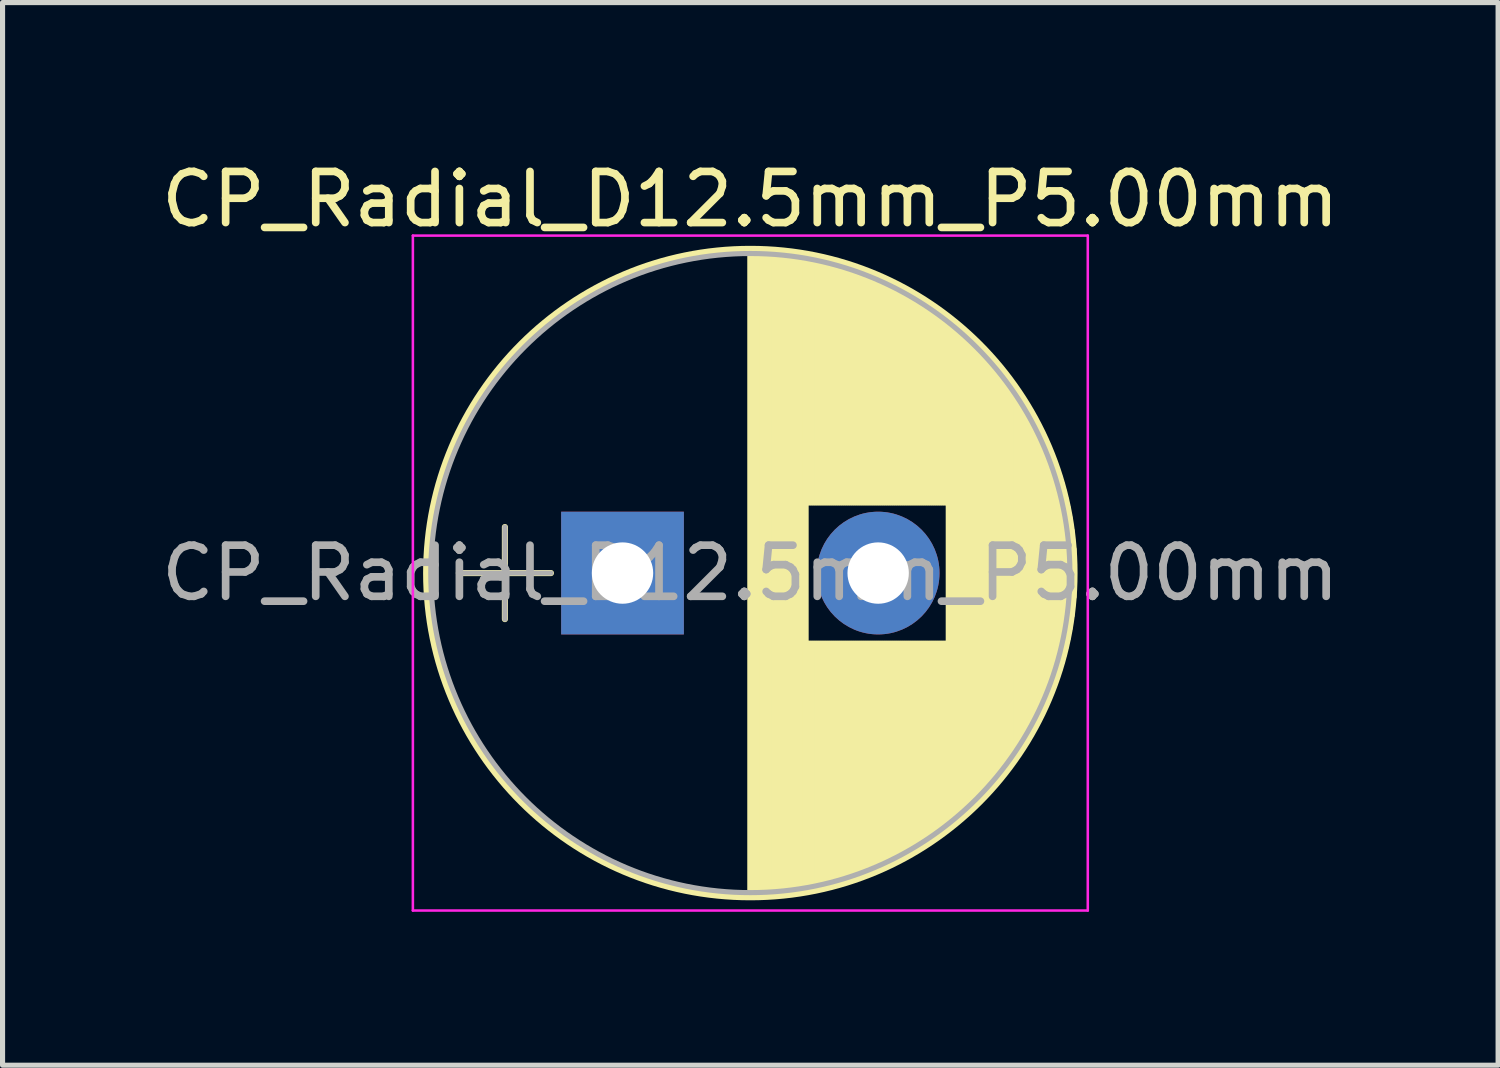
<source format=kicad_pcb>
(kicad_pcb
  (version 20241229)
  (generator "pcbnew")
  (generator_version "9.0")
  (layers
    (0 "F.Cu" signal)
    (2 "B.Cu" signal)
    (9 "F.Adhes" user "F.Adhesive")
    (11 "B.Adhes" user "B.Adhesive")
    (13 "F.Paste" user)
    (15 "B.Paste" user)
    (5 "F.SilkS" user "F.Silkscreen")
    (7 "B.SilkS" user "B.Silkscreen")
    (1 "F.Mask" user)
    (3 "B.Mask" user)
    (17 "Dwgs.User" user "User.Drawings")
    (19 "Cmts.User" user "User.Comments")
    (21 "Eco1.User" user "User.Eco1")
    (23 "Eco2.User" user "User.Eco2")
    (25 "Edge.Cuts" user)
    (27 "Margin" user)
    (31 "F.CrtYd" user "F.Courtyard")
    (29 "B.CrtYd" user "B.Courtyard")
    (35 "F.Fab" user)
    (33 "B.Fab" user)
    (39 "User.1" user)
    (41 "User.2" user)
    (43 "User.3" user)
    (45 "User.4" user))
  (footprint "CP_Radial_D12.5mm_P5.00mm"
    (layer "F.Cu")
    (at 11.625 8.158)
    (property "Reference" "CP_Radial_D12.5mm_P5.00mm" (at 0 -7.31 0) (layer "F.SilkS") (effects (font (size 1 1) (thickness 0.15))))
    (attr through_hole)
    (fp_line (start -5.7 0) (end -3.9 0) (stroke (width 0.12) (type solid)) (layer "F.SilkS"))
    (fp_line (start -4.8 -0.9) (end -4.8 0.9) (stroke (width 0.12) (type solid)) (layer "F.SilkS"))
    (fp_line (start 0 -6.3) (end 0 6.3) (stroke (width 0.12) (type solid)) (layer "F.SilkS"))
    (fp_line (start 0.04 -6.3) (end 0.04 6.3) (stroke (width 0.12) (type solid)) (layer "F.SilkS"))
    (fp_line (start 0.08 -6.3) (end 0.08 6.3) (stroke (width 0.12) (type solid)) (layer "F.SilkS"))
    (fp_line (start 0.12 -6.299) (end 0.12 6.299) (stroke (width 0.12) (type solid)) (layer "F.SilkS"))
    (fp_line (start 0.16 -6.298) (end 0.16 6.298) (stroke (width 0.12) (type solid)) (layer "F.SilkS"))
    (fp_line (start 0.2 -6.297) (end 0.2 6.297) (stroke (width 0.12) (type solid)) (layer "F.SilkS"))
    (fp_line (start 0.24 -6.296) (end 0.24 6.296) (stroke (width 0.12) (type solid)) (layer "F.SilkS"))
    (fp_line (start 0.28 -6.294) (end 0.28 6.294) (stroke (width 0.12) (type solid)) (layer "F.SilkS"))
    (fp_line (start 0.32 -6.292) (end 0.32 6.292) (stroke (width 0.12) (type solid)) (layer "F.SilkS"))
    (fp_line (start 0.36 -6.29) (end 0.36 6.29) (stroke (width 0.12) (type solid)) (layer "F.SilkS"))
    (fp_line (start 0.4 -6.288) (end 0.4 6.288) (stroke (width 0.12) (type solid)) (layer "F.SilkS"))
    (fp_line (start 0.44 -6.285) (end 0.44 6.285) (stroke (width 0.12) (type solid)) (layer "F.SilkS"))
    (fp_line (start 0.48 -6.282) (end 0.48 6.282) (stroke (width 0.12) (type solid)) (layer "F.SilkS"))
    (fp_line (start 0.52 -6.279) (end 0.52 6.279) (stroke (width 0.12) (type solid)) (layer "F.SilkS"))
    (fp_line (start 0.56 -6.276) (end 0.56 6.276) (stroke (width 0.12) (type solid)) (layer "F.SilkS"))
    (fp_line (start 0.6 -6.272) (end 0.6 6.272) (stroke (width 0.12) (type solid)) (layer "F.SilkS"))
    (fp_line (start 0.64 -6.268) (end 0.64 6.268) (stroke (width 0.12) (type solid)) (layer "F.SilkS"))
    (fp_line (start 0.68 -6.264) (end 0.68 6.264) (stroke (width 0.12) (type solid)) (layer "F.SilkS"))
    (fp_line (start 0.721 -6.259) (end 0.721 6.259) (stroke (width 0.12) (type solid)) (layer "F.SilkS"))
    (fp_line (start 0.761 -6.255) (end 0.761 6.255) (stroke (width 0.12) (type solid)) (layer "F.SilkS"))
    (fp_line (start 0.801 -6.25) (end 0.801 6.25) (stroke (width 0.12) (type solid)) (layer "F.SilkS"))
    (fp_line (start 0.841 -6.245) (end 0.841 6.245) (stroke (width 0.12) (type solid)) (layer "F.SilkS"))
    (fp_line (start 0.881 -6.239) (end 0.881 6.239) (stroke (width 0.12) (type solid)) (layer "F.SilkS"))
    (fp_line (start 0.921 -6.233) (end 0.921 6.233) (stroke (width 0.12) (type solid)) (layer "F.SilkS"))
    (fp_line (start 0.961 -6.227) (end 0.961 6.227) (stroke (width 0.12) (type solid)) (layer "F.SilkS"))
    (fp_line (start 1.001 -6.221) (end 1.001 6.221) (stroke (width 0.12) (type solid)) (layer "F.SilkS"))
    (fp_line (start 1.041 -6.215) (end 1.041 6.215) (stroke (width 0.12) (type solid)) (layer "F.SilkS"))
    (fp_line (start 1.081 -6.208) (end 1.081 6.208) (stroke (width 0.12) (type solid)) (layer "F.SilkS"))
    (fp_line (start 1.121 -6.201) (end 1.121 -1.38) (stroke (width 0.12) (type solid)) (layer "F.SilkS"))
    (fp_line (start 1.121 1.38) (end 1.121 6.201) (stroke (width 0.12) (type solid)) (layer "F.SilkS"))
    (fp_line (start 1.161 -6.193) (end 1.161 -1.38) (stroke (width 0.12) (type solid)) (layer "F.SilkS"))
    (fp_line (start 1.161 1.38) (end 1.161 6.193) (stroke (width 0.12) (type solid)) (layer "F.SilkS"))
    (fp_line (start 1.201 -6.186) (end 1.201 -1.38) (stroke (width 0.12) (type solid)) (layer "F.SilkS"))
    (fp_line (start 1.201 1.38) (end 1.201 6.186) (stroke (width 0.12) (type solid)) (layer "F.SilkS"))
    (fp_line (start 1.241 -6.178) (end 1.241 -1.38) (stroke (width 0.12) (type solid)) (layer "F.SilkS"))
    (fp_line (start 1.241 1.38) (end 1.241 6.178) (stroke (width 0.12) (type solid)) (layer "F.SilkS"))
    (fp_line (start 1.281 -6.17) (end 1.281 -1.38) (stroke (width 0.12) (type solid)) (layer "F.SilkS"))
    (fp_line (start 1.281 1.38) (end 1.281 6.17) (stroke (width 0.12) (type solid)) (layer "F.SilkS"))
    (fp_line (start 1.321 -6.162) (end 1.321 -1.38) (stroke (width 0.12) (type solid)) (layer "F.SilkS"))
    (fp_line (start 1.321 1.38) (end 1.321 6.162) (stroke (width 0.12) (type solid)) (layer "F.SilkS"))
    (fp_line (start 1.361 -6.153) (end 1.361 -1.38) (stroke (width 0.12) (type solid)) (layer "F.SilkS"))
    (fp_line (start 1.361 1.38) (end 1.361 6.153) (stroke (width 0.12) (type solid)) (layer "F.SilkS"))
    (fp_line (start 1.401 -6.144) (end 1.401 -1.38) (stroke (width 0.12) (type solid)) (layer "F.SilkS"))
    (fp_line (start 1.401 1.38) (end 1.401 6.144) (stroke (width 0.12) (type solid)) (layer "F.SilkS"))
    (fp_line (start 1.441 -6.135) (end 1.441 -1.38) (stroke (width 0.12) (type solid)) (layer "F.SilkS"))
    (fp_line (start 1.441 1.38) (end 1.441 6.135) (stroke (width 0.12) (type solid)) (layer "F.SilkS"))
    (fp_line (start 1.481 -6.125) (end 1.481 -1.38) (stroke (width 0.12) (type solid)) (layer "F.SilkS"))
    (fp_line (start 1.481 1.38) (end 1.481 6.125) (stroke (width 0.12) (type solid)) (layer "F.SilkS"))
    (fp_line (start 1.521 -6.116) (end 1.521 -1.38) (stroke (width 0.12) (type solid)) (layer "F.SilkS"))
    (fp_line (start 1.521 1.38) (end 1.521 6.116) (stroke (width 0.12) (type solid)) (layer "F.SilkS"))
    (fp_line (start 1.561 -6.106) (end 1.561 -1.38) (stroke (width 0.12) (type solid)) (layer "F.SilkS"))
    (fp_line (start 1.561 1.38) (end 1.561 6.106) (stroke (width 0.12) (type solid)) (layer "F.SilkS"))
    (fp_line (start 1.601 -6.095) (end 1.601 -1.38) (stroke (width 0.12) (type solid)) (layer "F.SilkS"))
    (fp_line (start 1.601 1.38) (end 1.601 6.095) (stroke (width 0.12) (type solid)) (layer "F.SilkS"))
    (fp_line (start 1.641 -6.085) (end 1.641 -1.38) (stroke (width 0.12) (type solid)) (layer "F.SilkS"))
    (fp_line (start 1.641 1.38) (end 1.641 6.085) (stroke (width 0.12) (type solid)) (layer "F.SilkS"))
    (fp_line (start 1.681 -6.074) (end 1.681 -1.38) (stroke (width 0.12) (type solid)) (layer "F.SilkS"))
    (fp_line (start 1.681 1.38) (end 1.681 6.074) (stroke (width 0.12) (type solid)) (layer "F.SilkS"))
    (fp_line (start 1.721 -6.063) (end 1.721 -1.38) (stroke (width 0.12) (type solid)) (layer "F.SilkS"))
    (fp_line (start 1.721 1.38) (end 1.721 6.063) (stroke (width 0.12) (type solid)) (layer "F.SilkS"))
    (fp_line (start 1.761 -6.051) (end 1.761 -1.38) (stroke (width 0.12) (type solid)) (layer "F.SilkS"))
    (fp_line (start 1.761 1.38) (end 1.761 6.051) (stroke (width 0.12) (type solid)) (layer "F.SilkS"))
    (fp_line (start 1.801 -6.04) (end 1.801 -1.38) (stroke (width 0.12) (type solid)) (layer "F.SilkS"))
    (fp_line (start 1.801 1.38) (end 1.801 6.04) (stroke (width 0.12) (type solid)) (layer "F.SilkS"))
    (fp_line (start 1.841 -6.028) (end 1.841 -1.38) (stroke (width 0.12) (type solid)) (layer "F.SilkS"))
    (fp_line (start 1.841 1.38) (end 1.841 6.028) (stroke (width 0.12) (type solid)) (layer "F.SilkS"))
    (fp_line (start 1.881 -6.015) (end 1.881 -1.38) (stroke (width 0.12) (type solid)) (layer "F.SilkS"))
    (fp_line (start 1.881 1.38) (end 1.881 6.015) (stroke (width 0.12) (type solid)) (layer "F.SilkS"))
    (fp_line (start 1.921 -6.003) (end 1.921 -1.38) (stroke (width 0.12) (type solid)) (layer "F.SilkS"))
    (fp_line (start 1.921 1.38) (end 1.921 6.003) (stroke (width 0.12) (type solid)) (layer "F.SilkS"))
    (fp_line (start 1.961 -5.99) (end 1.961 -1.38) (stroke (width 0.12) (type solid)) (layer "F.SilkS"))
    (fp_line (start 1.961 1.38) (end 1.961 5.99) (stroke (width 0.12) (type solid)) (layer "F.SilkS"))
    (fp_line (start 2.001 -5.977) (end 2.001 -1.38) (stroke (width 0.12) (type solid)) (layer "F.SilkS"))
    (fp_line (start 2.001 1.38) (end 2.001 5.977) (stroke (width 0.12) (type solid)) (layer "F.SilkS"))
    (fp_line (start 2.041 -5.963) (end 2.041 -1.38) (stroke (width 0.12) (type solid)) (layer "F.SilkS"))
    (fp_line (start 2.041 1.38) (end 2.041 5.963) (stroke (width 0.12) (type solid)) (layer "F.SilkS"))
    (fp_line (start 2.081 -5.95) (end 2.081 -1.38) (stroke (width 0.12) (type solid)) (layer "F.SilkS"))
    (fp_line (start 2.081 1.38) (end 2.081 5.95) (stroke (width 0.12) (type solid)) (layer "F.SilkS"))
    (fp_line (start 2.121 -5.936) (end 2.121 -1.38) (stroke (width 0.12) (type solid)) (layer "F.SilkS"))
    (fp_line (start 2.121 1.38) (end 2.121 5.936) (stroke (width 0.12) (type solid)) (layer "F.SilkS"))
    (fp_line (start 2.161 -5.921) (end 2.161 -1.38) (stroke (width 0.12) (type solid)) (layer "F.SilkS"))
    (fp_line (start 2.161 1.38) (end 2.161 5.921) (stroke (width 0.12) (type solid)) (layer "F.SilkS"))
    (fp_line (start 2.201 -5.907) (end 2.201 -1.38) (stroke (width 0.12) (type solid)) (layer "F.SilkS"))
    (fp_line (start 2.201 1.38) (end 2.201 5.907) (stroke (width 0.12) (type solid)) (layer "F.SilkS"))
    (fp_line (start 2.241 -5.892) (end 2.241 -1.38) (stroke (width 0.12) (type solid)) (layer "F.SilkS"))
    (fp_line (start 2.241 1.38) (end 2.241 5.892) (stroke (width 0.12) (type solid)) (layer "F.SilkS"))
    (fp_line (start 2.281 -5.876) (end 2.281 -1.38) (stroke (width 0.12) (type solid)) (layer "F.SilkS"))
    (fp_line (start 2.281 1.38) (end 2.281 5.876) (stroke (width 0.12) (type solid)) (layer "F.SilkS"))
    (fp_line (start 2.321 -5.861) (end 2.321 -1.38) (stroke (width 0.12) (type solid)) (layer "F.SilkS"))
    (fp_line (start 2.321 1.38) (end 2.321 5.861) (stroke (width 0.12) (type solid)) (layer "F.SilkS"))
    (fp_line (start 2.361 -5.845) (end 2.361 -1.38) (stroke (width 0.12) (type solid)) (layer "F.SilkS"))
    (fp_line (start 2.361 1.38) (end 2.361 5.845) (stroke (width 0.12) (type solid)) (layer "F.SilkS"))
    (fp_line (start 2.401 -5.829) (end 2.401 -1.38) (stroke (width 0.12) (type solid)) (layer "F.SilkS"))
    (fp_line (start 2.401 1.38) (end 2.401 5.829) (stroke (width 0.12) (type solid)) (layer "F.SilkS"))
    (fp_line (start 2.441 -5.812) (end 2.441 -1.38) (stroke (width 0.12) (type solid)) (layer "F.SilkS"))
    (fp_line (start 2.441 1.38) (end 2.441 5.812) (stroke (width 0.12) (type solid)) (layer "F.SilkS"))
    (fp_line (start 2.481 -5.795) (end 2.481 -1.38) (stroke (width 0.12) (type solid)) (layer "F.SilkS"))
    (fp_line (start 2.481 1.38) (end 2.481 5.795) (stroke (width 0.12) (type solid)) (layer "F.SilkS"))
    (fp_line (start 2.521 -5.778) (end 2.521 -1.38) (stroke (width 0.12) (type solid)) (layer "F.SilkS"))
    (fp_line (start 2.521 1.38) (end 2.521 5.778) (stroke (width 0.12) (type solid)) (layer "F.SilkS"))
    (fp_line (start 2.561 -5.761) (end 2.561 -1.38) (stroke (width 0.12) (type solid)) (layer "F.SilkS"))
    (fp_line (start 2.561 1.38) (end 2.561 5.761) (stroke (width 0.12) (type solid)) (layer "F.SilkS"))
    (fp_line (start 2.601 -5.743) (end 2.601 -1.38) (stroke (width 0.12) (type solid)) (layer "F.SilkS"))
    (fp_line (start 2.601 1.38) (end 2.601 5.743) (stroke (width 0.12) (type solid)) (layer "F.SilkS"))
    (fp_line (start 2.641 -5.725) (end 2.641 -1.38) (stroke (width 0.12) (type solid)) (layer "F.SilkS"))
    (fp_line (start 2.641 1.38) (end 2.641 5.725) (stroke (width 0.12) (type solid)) (layer "F.SilkS"))
    (fp_line (start 2.681 -5.706) (end 2.681 -1.38) (stroke (width 0.12) (type solid)) (layer "F.SilkS"))
    (fp_line (start 2.681 1.38) (end 2.681 5.706) (stroke (width 0.12) (type solid)) (layer "F.SilkS"))
    (fp_line (start 2.721 -5.687) (end 2.721 -1.38) (stroke (width 0.12) (type solid)) (layer "F.SilkS"))
    (fp_line (start 2.721 1.38) (end 2.721 5.687) (stroke (width 0.12) (type solid)) (layer "F.SilkS"))
    (fp_line (start 2.761 -5.668) (end 2.761 -1.38) (stroke (width 0.12) (type solid)) (layer "F.SilkS"))
    (fp_line (start 2.761 1.38) (end 2.761 5.668) (stroke (width 0.12) (type solid)) (layer "F.SilkS"))
    (fp_line (start 2.801 -5.649) (end 2.801 -1.38) (stroke (width 0.12) (type solid)) (layer "F.SilkS"))
    (fp_line (start 2.801 1.38) (end 2.801 5.649) (stroke (width 0.12) (type solid)) (layer "F.SilkS"))
    (fp_line (start 2.841 -5.629) (end 2.841 -1.38) (stroke (width 0.12) (type solid)) (layer "F.SilkS"))
    (fp_line (start 2.841 1.38) (end 2.841 5.629) (stroke (width 0.12) (type solid)) (layer "F.SilkS"))
    (fp_line (start 2.881 -5.609) (end 2.881 -1.38) (stroke (width 0.12) (type solid)) (layer "F.SilkS"))
    (fp_line (start 2.881 1.38) (end 2.881 5.609) (stroke (width 0.12) (type solid)) (layer "F.SilkS"))
    (fp_line (start 2.921 -5.588) (end 2.921 -1.38) (stroke (width 0.12) (type solid)) (layer "F.SilkS"))
    (fp_line (start 2.921 1.38) (end 2.921 5.588) (stroke (width 0.12) (type solid)) (layer "F.SilkS"))
    (fp_line (start 2.961 -5.567) (end 2.961 -1.38) (stroke (width 0.12) (type solid)) (layer "F.SilkS"))
    (fp_line (start 2.961 1.38) (end 2.961 5.567) (stroke (width 0.12) (type solid)) (layer "F.SilkS"))
    (fp_line (start 3.001 -5.546) (end 3.001 -1.38) (stroke (width 0.12) (type solid)) (layer "F.SilkS"))
    (fp_line (start 3.001 1.38) (end 3.001 5.546) (stroke (width 0.12) (type solid)) (layer "F.SilkS"))
    (fp_line (start 3.041 -5.524) (end 3.041 -1.38) (stroke (width 0.12) (type solid)) (layer "F.SilkS"))
    (fp_line (start 3.041 1.38) (end 3.041 5.524) (stroke (width 0.12) (type solid)) (layer "F.SilkS"))
    (fp_line (start 3.081 -5.502) (end 3.081 -1.38) (stroke (width 0.12) (type solid)) (layer "F.SilkS"))
    (fp_line (start 3.081 1.38) (end 3.081 5.502) (stroke (width 0.12) (type solid)) (layer "F.SilkS"))
    (fp_line (start 3.121 -5.48) (end 3.121 -1.38) (stroke (width 0.12) (type solid)) (layer "F.SilkS"))
    (fp_line (start 3.121 1.38) (end 3.121 5.48) (stroke (width 0.12) (type solid)) (layer "F.SilkS"))
    (fp_line (start 3.161 -5.457) (end 3.161 -1.38) (stroke (width 0.12) (type solid)) (layer "F.SilkS"))
    (fp_line (start 3.161 1.38) (end 3.161 5.457) (stroke (width 0.12) (type solid)) (layer "F.SilkS"))
    (fp_line (start 3.201 -5.434) (end 3.201 -1.38) (stroke (width 0.12) (type solid)) (layer "F.SilkS"))
    (fp_line (start 3.201 1.38) (end 3.201 5.434) (stroke (width 0.12) (type solid)) (layer "F.SilkS"))
    (fp_line (start 3.241 -5.41) (end 3.241 -1.38) (stroke (width 0.12) (type solid)) (layer "F.SilkS"))
    (fp_line (start 3.241 1.38) (end 3.241 5.41) (stroke (width 0.12) (type solid)) (layer "F.SilkS"))
    (fp_line (start 3.281 -5.386) (end 3.281 -1.38) (stroke (width 0.12) (type solid)) (layer "F.SilkS"))
    (fp_line (start 3.281 1.38) (end 3.281 5.386) (stroke (width 0.12) (type solid)) (layer "F.SilkS"))
    (fp_line (start 3.321 -5.362) (end 3.321 -1.38) (stroke (width 0.12) (type solid)) (layer "F.SilkS"))
    (fp_line (start 3.321 1.38) (end 3.321 5.362) (stroke (width 0.12) (type solid)) (layer "F.SilkS"))
    (fp_line (start 3.361 -5.337) (end 3.361 -1.38) (stroke (width 0.12) (type solid)) (layer "F.SilkS"))
    (fp_line (start 3.361 1.38) (end 3.361 5.337) (stroke (width 0.12) (type solid)) (layer "F.SilkS"))
    (fp_line (start 3.401 -5.312) (end 3.401 -1.38) (stroke (width 0.12) (type solid)) (layer "F.SilkS"))
    (fp_line (start 3.401 1.38) (end 3.401 5.312) (stroke (width 0.12) (type solid)) (layer "F.SilkS"))
    (fp_line (start 3.441 -5.286) (end 3.441 -1.38) (stroke (width 0.12) (type solid)) (layer "F.SilkS"))
    (fp_line (start 3.441 1.38) (end 3.441 5.286) (stroke (width 0.12) (type solid)) (layer "F.SilkS"))
    (fp_line (start 3.481 -5.26) (end 3.481 -1.38) (stroke (width 0.12) (type solid)) (layer "F.SilkS"))
    (fp_line (start 3.481 1.38) (end 3.481 5.26) (stroke (width 0.12) (type solid)) (layer "F.SilkS"))
    (fp_line (start 3.521 -5.234) (end 3.521 -1.38) (stroke (width 0.12) (type solid)) (layer "F.SilkS"))
    (fp_line (start 3.521 1.38) (end 3.521 5.234) (stroke (width 0.12) (type solid)) (layer "F.SilkS"))
    (fp_line (start 3.561 -5.207) (end 3.561 -1.38) (stroke (width 0.12) (type solid)) (layer "F.SilkS"))
    (fp_line (start 3.561 1.38) (end 3.561 5.207) (stroke (width 0.12) (type solid)) (layer "F.SilkS"))
    (fp_line (start 3.601 -5.179) (end 3.601 -1.38) (stroke (width 0.12) (type solid)) (layer "F.SilkS"))
    (fp_line (start 3.601 1.38) (end 3.601 5.179) (stroke (width 0.12) (type solid)) (layer "F.SilkS"))
    (fp_line (start 3.641 -5.151) (end 3.641 -1.38) (stroke (width 0.12) (type solid)) (layer "F.SilkS"))
    (fp_line (start 3.641 1.38) (end 3.641 5.151) (stroke (width 0.12) (type solid)) (layer "F.SilkS"))
    (fp_line (start 3.681 -5.123) (end 3.681 -1.38) (stroke (width 0.12) (type solid)) (layer "F.SilkS"))
    (fp_line (start 3.681 1.38) (end 3.681 5.123) (stroke (width 0.12) (type solid)) (layer "F.SilkS"))
    (fp_line (start 3.721 -5.094) (end 3.721 -1.38) (stroke (width 0.12) (type solid)) (layer "F.SilkS"))
    (fp_line (start 3.721 1.38) (end 3.721 5.094) (stroke (width 0.12) (type solid)) (layer "F.SilkS"))
    (fp_line (start 3.761 -5.065) (end 3.761 -1.38) (stroke (width 0.12) (type solid)) (layer "F.SilkS"))
    (fp_line (start 3.761 1.38) (end 3.761 5.065) (stroke (width 0.12) (type solid)) (layer "F.SilkS"))
    (fp_line (start 3.801 -5.035) (end 3.801 -1.38) (stroke (width 0.12) (type solid)) (layer "F.SilkS"))
    (fp_line (start 3.801 1.38) (end 3.801 5.035) (stroke (width 0.12) (type solid)) (layer "F.SilkS"))
    (fp_line (start 3.841 -5.005) (end 3.841 -1.38) (stroke (width 0.12) (type solid)) (layer "F.SilkS"))
    (fp_line (start 3.841 1.38) (end 3.841 5.005) (stroke (width 0.12) (type solid)) (layer "F.SilkS"))
    (fp_line (start 3.881 -4.975) (end 3.881 4.975) (stroke (width 0.12) (type solid)) (layer "F.SilkS"))
    (fp_line (start 3.921 -4.943) (end 3.921 4.943) (stroke (width 0.12) (type solid)) (layer "F.SilkS"))
    (fp_line (start 3.961 -4.912) (end 3.961 4.912) (stroke (width 0.12) (type solid)) (layer "F.SilkS"))
    (fp_line (start 4.001 -4.879) (end 4.001 4.879) (stroke (width 0.12) (type solid)) (layer "F.SilkS"))
    (fp_line (start 4.041 -4.847) (end 4.041 4.847) (stroke (width 0.12) (type solid)) (layer "F.SilkS"))
    (fp_line (start 4.081 -4.813) (end 4.081 4.813) (stroke (width 0.12) (type solid)) (layer "F.SilkS"))
    (fp_line (start 4.121 -4.779) (end 4.121 4.779) (stroke (width 0.12) (type solid)) (layer "F.SilkS"))
    (fp_line (start 4.161 -4.745) (end 4.161 4.745) (stroke (width 0.12) (type solid)) (layer "F.SilkS"))
    (fp_line (start 4.201 -4.71) (end 4.201 4.71) (stroke (width 0.12) (type solid)) (layer "F.SilkS"))
    (fp_line (start 4.241 -4.674) (end 4.241 4.674) (stroke (width 0.12) (type solid)) (layer "F.SilkS"))
    (fp_line (start 4.281 -4.638) (end 4.281 4.638) (stroke (width 0.12) (type solid)) (layer "F.SilkS"))
    (fp_line (start 4.321 -4.601) (end 4.321 4.601) (stroke (width 0.12) (type solid)) (layer "F.SilkS"))
    (fp_line (start 4.361 -4.563) (end 4.361 4.563) (stroke (width 0.12) (type solid)) (layer "F.SilkS"))
    (fp_line (start 4.401 -4.525) (end 4.401 4.525) (stroke (width 0.12) (type solid)) (layer "F.SilkS"))
    (fp_line (start 4.441 -4.486) (end 4.441 4.486) (stroke (width 0.12) (type solid)) (layer "F.SilkS"))
    (fp_line (start 4.481 -4.447) (end 4.481 4.447) (stroke (width 0.12) (type solid)) (layer "F.SilkS"))
    (fp_line (start 4.521 -4.406) (end 4.521 4.406) (stroke (width 0.12) (type solid)) (layer "F.SilkS"))
    (fp_line (start 4.561 -4.365) (end 4.561 4.365) (stroke (width 0.12) (type solid)) (layer "F.SilkS"))
    (fp_line (start 4.601 -4.323) (end 4.601 4.323) (stroke (width 0.12) (type solid)) (layer "F.SilkS"))
    (fp_line (start 4.641 -4.281) (end 4.641 4.281) (stroke (width 0.12) (type solid)) (layer "F.SilkS"))
    (fp_line (start 4.681 -4.238) (end 4.681 4.238) (stroke (width 0.12) (type solid)) (layer "F.SilkS"))
    (fp_line (start 4.721 -4.193) (end 4.721 4.193) (stroke (width 0.12) (type solid)) (layer "F.SilkS"))
    (fp_line (start 4.761 -4.148) (end 4.761 4.148) (stroke (width 0.12) (type solid)) (layer "F.SilkS"))
    (fp_line (start 4.801 -4.102) (end 4.801 4.102) (stroke (width 0.12) (type solid)) (layer "F.SilkS"))
    (fp_line (start 4.841 -4.056) (end 4.841 4.056) (stroke (width 0.12) (type solid)) (layer "F.SilkS"))
    (fp_line (start 4.881 -4.008) (end 4.881 4.008) (stroke (width 0.12) (type solid)) (layer "F.SilkS"))
    (fp_line (start 4.921 -3.959) (end 4.921 3.959) (stroke (width 0.12) (type solid)) (layer "F.SilkS"))
    (fp_line (start 4.961 -3.909) (end 4.961 3.909) (stroke (width 0.12) (type solid)) (layer "F.SilkS"))
    (fp_line (start 5.001 -3.859) (end 5.001 3.859) (stroke (width 0.12) (type solid)) (layer "F.SilkS"))
    (fp_line (start 5.041 -3.807) (end 5.041 3.807) (stroke (width 0.12) (type solid)) (layer "F.SilkS"))
    (fp_line (start 5.081 -3.754) (end 5.081 3.754) (stroke (width 0.12) (type solid)) (layer "F.SilkS"))
    (fp_line (start 5.121 -3.7) (end 5.121 3.7) (stroke (width 0.12) (type solid)) (layer "F.SilkS"))
    (fp_line (start 5.161 -3.644) (end 5.161 3.644) (stroke (width 0.12) (type solid)) (layer "F.SilkS"))
    (fp_line (start 5.201 -3.588) (end 5.201 3.588) (stroke (width 0.12) (type solid)) (layer "F.SilkS"))
    (fp_line (start 5.241 -3.53) (end 5.241 3.53) (stroke (width 0.12) (type solid)) (layer "F.SilkS"))
    (fp_line (start 5.281 -3.47) (end 5.281 3.47) (stroke (width 0.12) (type solid)) (layer "F.SilkS"))
    (fp_line (start 5.321 -3.409) (end 5.321 3.409) (stroke (width 0.12) (type solid)) (layer "F.SilkS"))
    (fp_line (start 5.361 -3.347) (end 5.361 3.347) (stroke (width 0.12) (type solid)) (layer "F.SilkS"))
    (fp_line (start 5.401 -3.282) (end 5.401 3.282) (stroke (width 0.12) (type solid)) (layer "F.SilkS"))
    (fp_line (start 5.441 -3.217) (end 5.441 3.217) (stroke (width 0.12) (type solid)) (layer "F.SilkS"))
    (fp_line (start 5.481 -3.149) (end 5.481 3.149) (stroke (width 0.12) (type solid)) (layer "F.SilkS"))
    (fp_line (start 5.521 -3.079) (end 5.521 3.079) (stroke (width 0.12) (type solid)) (layer "F.SilkS"))
    (fp_line (start 5.561 -3.007) (end 5.561 3.007) (stroke (width 0.12) (type solid)) (layer "F.SilkS"))
    (fp_line (start 5.601 -2.933) (end 5.601 2.933) (stroke (width 0.12) (type solid)) (layer "F.SilkS"))
    (fp_line (start 5.641 -2.856) (end 5.641 2.856) (stroke (width 0.12) (type solid)) (layer "F.SilkS"))
    (fp_line (start 5.681 -2.777) (end 5.681 2.777) (stroke (width 0.12) (type solid)) (layer "F.SilkS"))
    (fp_line (start 5.721 -2.695) (end 5.721 2.695) (stroke (width 0.12) (type solid)) (layer "F.SilkS"))
    (fp_line (start 5.761 -2.61) (end 5.761 2.61) (stroke (width 0.12) (type solid)) (layer "F.SilkS"))
    (fp_line (start 5.801 -2.521) (end 5.801 2.521) (stroke (width 0.12) (type solid)) (layer "F.SilkS"))
    (fp_line (start 5.841 -2.428) (end 5.841 2.428) (stroke (width 0.12) (type solid)) (layer "F.SilkS"))
    (fp_line (start 5.881 -2.331) (end 5.881 2.331) (stroke (width 0.12) (type solid)) (layer "F.SilkS"))
    (fp_line (start 5.921 -2.23) (end 5.921 2.23) (stroke (width 0.12) (type solid)) (layer "F.SilkS"))
    (fp_line (start 5.961 -2.122) (end 5.961 2.122) (stroke (width 0.12) (type solid)) (layer "F.SilkS"))
    (fp_line (start 6.001 -2.009) (end 6.001 2.009) (stroke (width 0.12) (type solid)) (layer "F.SilkS"))
    (fp_line (start 6.041 -1.888) (end 6.041 1.888) (stroke (width 0.12) (type solid)) (layer "F.SilkS"))
    (fp_line (start 6.081 -1.757) (end 6.081 1.757) (stroke (width 0.12) (type solid)) (layer "F.SilkS"))
    (fp_line (start 6.121 -1.616) (end 6.121 1.616) (stroke (width 0.12) (type solid)) (layer "F.SilkS"))
    (fp_line (start 6.161 -1.46) (end 6.161 1.46) (stroke (width 0.12) (type solid)) (layer "F.SilkS"))
    (fp_line (start 6.201 -1.285) (end 6.201 1.285) (stroke (width 0.12) (type solid)) (layer "F.SilkS"))
    (fp_line (start 6.241 -1.082) (end 6.241 1.082) (stroke (width 0.12) (type solid)) (layer "F.SilkS"))
    (fp_line (start 6.281 -0.831) (end 6.281 0.831) (stroke (width 0.12) (type solid)) (layer "F.SilkS"))
    (fp_line (start 6.321 -0.464) (end 6.321 0.464) (stroke (width 0.12) (type solid)) (layer "F.SilkS"))
    (fp_circle (center 0 0) (end 6.34 0) (stroke (width 0.12) (type solid)) (fill no) (layer "F.SilkS"))
    (fp_line (start -6.6 -6.6) (end -6.6 6.6) (stroke (width 0.05) (type solid)) (layer "F.CrtYd"))
    (fp_line (start -6.6 6.6) (end 6.6 6.6) (stroke (width 0.05) (type solid)) (layer "F.CrtYd"))
    (fp_line (start 6.6 -6.6) (end -6.6 -6.6) (stroke (width 0.05) (type solid)) (layer "F.CrtYd"))
    (fp_line (start 6.6 6.6) (end 6.6 -6.6) (stroke (width 0.05) (type solid)) (layer "F.CrtYd"))
    (fp_line (start -5.7 0) (end -3.9 0) (stroke (width 0.1) (type solid)) (layer "F.Fab"))
    (fp_line (start -4.8 -0.9) (end -4.8 0.9) (stroke (width 0.1) (type solid)) (layer "F.Fab"))
    (fp_circle (center 0 0) (end 6.25 0) (stroke (width 0.1) (type solid)) (fill no) (layer "F.Fab"))
    (fp_text user "${REFERENCE}" (at 0 0 0) (layer "F.Fab") (effects (font (size 1 1) (thickness 0.15))))
    (pad "1" thru_hole rect (at -2.5 0) (size 2.4 2.4) (drill 1.2) (layers "*.Cu" "*.Mask"))
    (pad "2" thru_hole circle (at 2.5 0) (size 2.4 2.4) (drill 1.2) (layers "*.Cu" "*.Mask")))
  (gr_rect
    (start -3 -3)
    (end 26.25 17.783)
    (stroke (width 0.1) (type default))
    (fill no)
    (layer "Edge.Cuts")))
</source>
